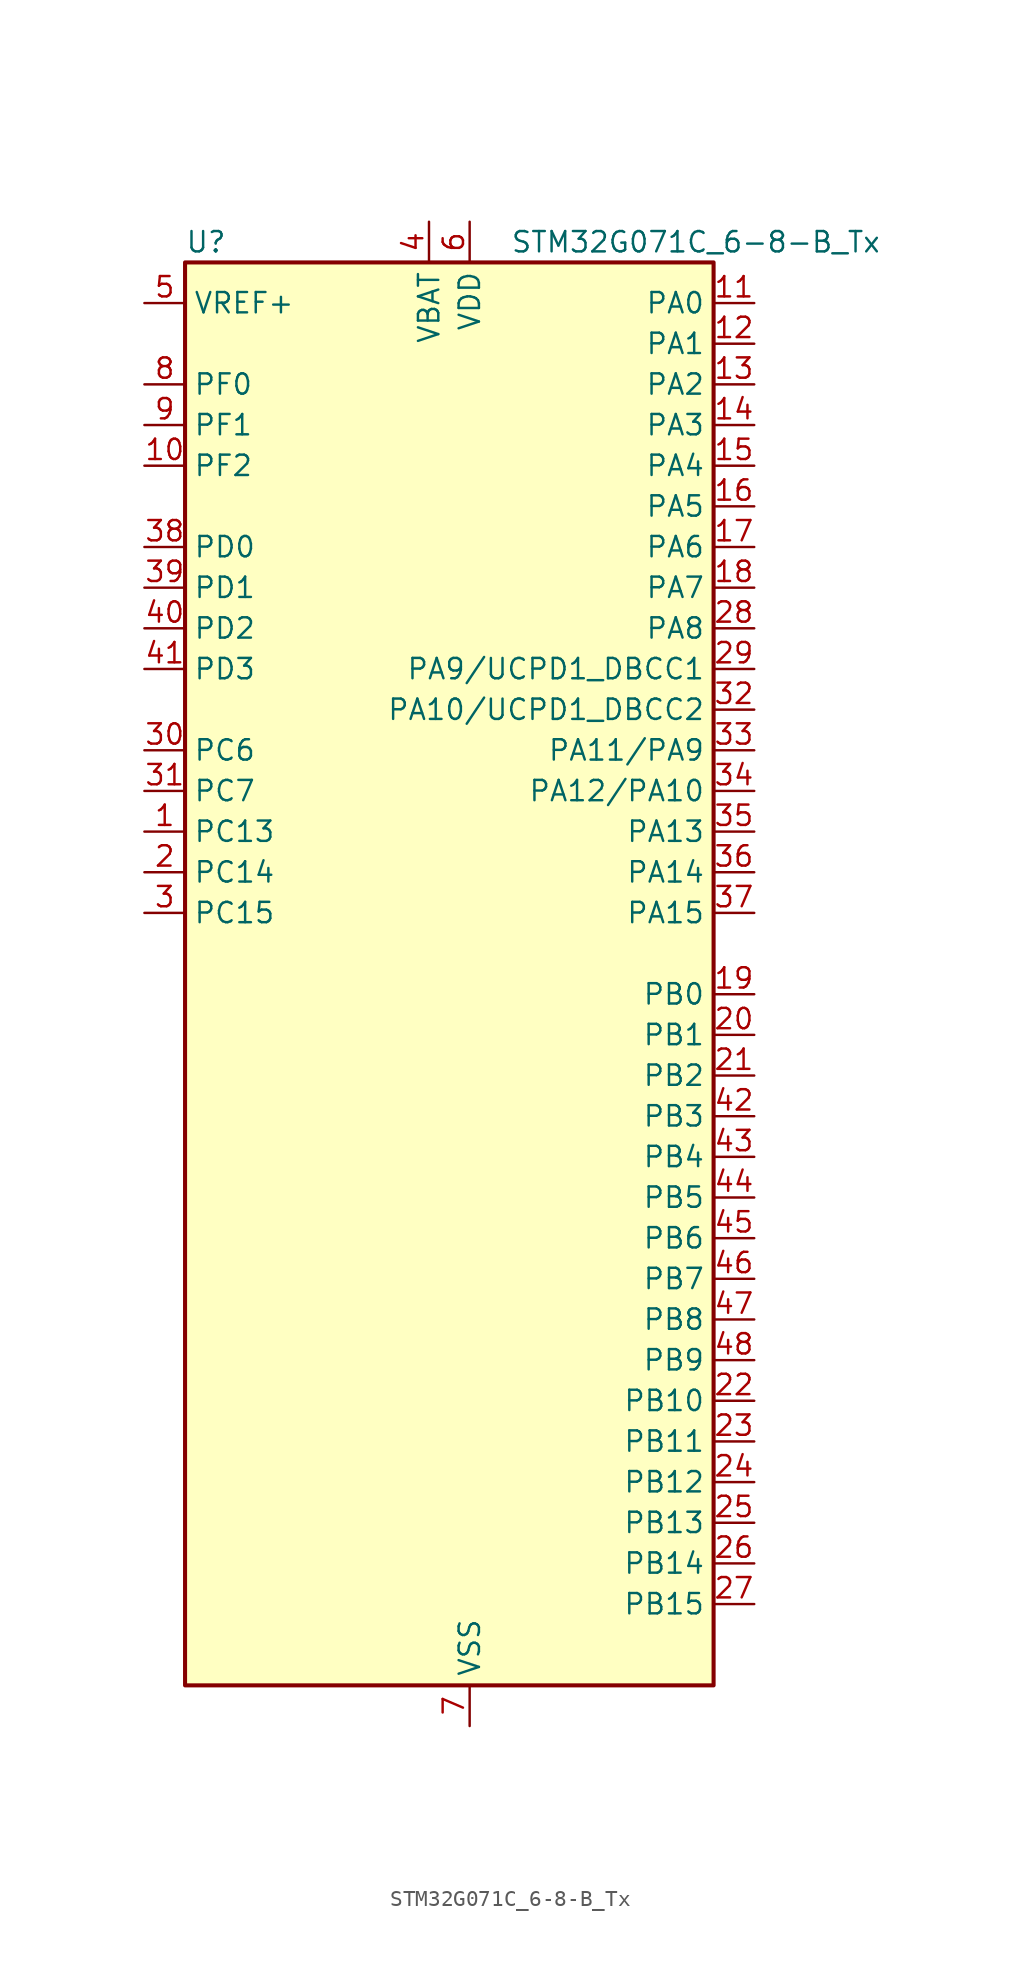
<source format=kicad_sym>
(kicad_symbol_lib
  (version 20211014)
  (generator kicad-library-utils)
  (symbol "STM32G071C_6-8-B_Tx"
    (property "Reference" "U"
      (at -15.24 46.99 0)
      (effects (font (size 1.27 1.27)) (justify left)))
    (property "Value" "STM32G071C_6-8-B_Tx"
      (at 5.08 46.99 0)
      (effects (font (size 1.27 1.27)) (justify left)))
    (property "ki_fp_filters" "LQFP*7x7mm*P0.5mm*"
      (at 0.0 0.0 0.0)
      (effects (font (size 1.27 1.27))))
    (symbol "STM32G071C_6-8-B_Tx_0_1"
      (rectangle (start -15.24 -43.18) (end 17.78 45.72) (stroke (width 0.254)) (fill (type background))))
    (symbol "STM32G071C_6-8-B_Tx_1_1"
      (pin input line (at -17.78 43.18 0) (length 2.54) (name "VREF+" (effects (font (size 1.27 1.27)))) (number "5" (effects (font (size 1.27 1.27)))) (alternate "VREFBUF_OUT" bidirectional line))
      (pin bidirectional line (at -17.78 38.1 0) (length 2.54) (name "PF0" (effects (font (size 1.27 1.27)))) (number "8" (effects (font (size 1.27 1.27)))) (alternate "RCC_OSC_IN" bidirectional line) (alternate "TIM14_CH1" bidirectional line))
      (pin bidirectional line (at -17.78 35.56 0) (length 2.54) (name "PF1" (effects (font (size 1.27 1.27)))) (number "9" (effects (font (size 1.27 1.27)))) (alternate "RCC_OSC_EN" bidirectional line) (alternate "RCC_OSC_OUT" bidirectional line) (alternate "TIM15_CH1N" bidirectional line))
      (pin bidirectional line (at -17.78 33.02 0) (length 2.54) (name "PF2" (effects (font (size 1.27 1.27)))) (number "10" (effects (font (size 1.27 1.27)))) (alternate "RCC_MCO" bidirectional line))
      (pin bidirectional line (at -17.78 27.94 0) (length 2.54) (name "PD0" (effects (font (size 1.27 1.27)))) (number "38" (effects (font (size 1.27 1.27)))) (alternate "SPI2_NSS" bidirectional line) (alternate "TIM16_CH1" bidirectional line) (alternate "UCPD2_CC1" bidirectional line))
      (pin bidirectional line (at -17.78 25.4 0) (length 2.54) (name "PD1" (effects (font (size 1.27 1.27)))) (number "39" (effects (font (size 1.27 1.27)))) (alternate "SPI2_SCK" bidirectional line) (alternate "TIM17_CH1" bidirectional line) (alternate "UCPD2_DBCC1" bidirectional line))
      (pin bidirectional line (at -17.78 22.86 0) (length 2.54) (name "PD2" (effects (font (size 1.27 1.27)))) (number "40" (effects (font (size 1.27 1.27)))) (alternate "TIM1_CH1N" bidirectional line) (alternate "TIM3_ETR" bidirectional line) (alternate "UCPD2_CC2" bidirectional line) (alternate "USART3_CK" bidirectional line) (alternate "USART3_DE" bidirectional line) (alternate "USART3_RTS" bidirectional line))
      (pin bidirectional line (at -17.78 20.32 0) (length 2.54) (name "PD3" (effects (font (size 1.27 1.27)))) (number "41" (effects (font (size 1.27 1.27)))) (alternate "SPI2_MISO" bidirectional line) (alternate "TIM1_CH2N" bidirectional line) (alternate "UCPD2_DBCC2" bidirectional line) (alternate "USART2_CTS" bidirectional line) (alternate "USART2_NSS" bidirectional line))
      (pin bidirectional line (at -17.78 15.24 0) (length 2.54) (name "PC6" (effects (font (size 1.27 1.27)))) (number "30" (effects (font (size 1.27 1.27)))) (alternate "TIM2_CH3" bidirectional line) (alternate "TIM3_CH1" bidirectional line) (alternate "UCPD1_FRSTX1" bidirectional line) (alternate "UCPD1_FRSTX2" bidirectional line))
      (pin bidirectional line (at -17.78 12.7 0) (length 2.54) (name "PC7" (effects (font (size 1.27 1.27)))) (number "31" (effects (font (size 1.27 1.27)))) (alternate "TIM2_CH4" bidirectional line) (alternate "TIM3_CH2" bidirectional line) (alternate "UCPD2_FRSTX1" bidirectional line) (alternate "UCPD2_FRSTX2" bidirectional line))
      (pin bidirectional line (at -17.78 10.16 0) (length 2.54) (name "PC13" (effects (font (size 1.27 1.27)))) (number "1" (effects (font (size 1.27 1.27)))) (alternate "RTC_OUT_ALARM" bidirectional line) (alternate "RTC_OUT_CALIB" bidirectional line) (alternate "RTC_TAMP_IN1" bidirectional line) (alternate "RTC_TS" bidirectional line) (alternate "SYS_WKUP2" bidirectional line) (alternate "TIM1_BK" bidirectional line))
      (pin bidirectional line (at -17.78 7.62 0) (length 2.54) (name "PC14" (effects (font (size 1.27 1.27)))) (number "2" (effects (font (size 1.27 1.27)))) (alternate "RCC_OSC32_IN" bidirectional line) (alternate "TIM1_BK2" bidirectional line))
      (pin bidirectional line (at -17.78 5.08 0) (length 2.54) (name "PC15" (effects (font (size 1.27 1.27)))) (number "3" (effects (font (size 1.27 1.27)))) (alternate "RCC_OSC32_EN" bidirectional line) (alternate "RCC_OSC32_OUT" bidirectional line) (alternate "RCC_OSC_EN" bidirectional line) (alternate "TIM15_BK" bidirectional line))
      (pin bidirectional line (at 20.32 43.18 180) (length 2.54) (name "PA0" (effects (font (size 1.27 1.27)))) (number "11" (effects (font (size 1.27 1.27)))) (alternate "ADC1_IN0" bidirectional line) (alternate "COMP1_INM" bidirectional line) (alternate "COMP1_OUT" bidirectional line) (alternate "LPTIM1_OUT" bidirectional line) (alternate "RTC_TAMP_IN2" bidirectional line) (alternate "SPI2_SCK" bidirectional line) (alternate "SYS_WKUP1" bidirectional line) (alternate "TIM2_CH1" bidirectional line) (alternate "TIM2_ETR" bidirectional line) (alternate "UCPD2_FRSTX1" bidirectional line) (alternate "UCPD2_FRSTX2" bidirectional line) (alternate "USART2_CTS" bidirectional line) (alternate "USART2_NSS" bidirectional line) (alternate "USART4_TX" bidirectional line))
      (pin bidirectional line (at 20.32 40.64 180) (length 2.54) (name "PA1" (effects (font (size 1.27 1.27)))) (number "12" (effects (font (size 1.27 1.27)))) (alternate "ADC1_IN1" bidirectional line) (alternate "COMP1_INP" bidirectional line) (alternate "I2C1_SMBA" bidirectional line) (alternate "I2S1_CK" bidirectional line) (alternate "SPI1_SCK" bidirectional line) (alternate "TIM15_CH1N" bidirectional line) (alternate "TIM2_CH2" bidirectional line) (alternate "USART2_CK" bidirectional line) (alternate "USART2_DE" bidirectional line) (alternate "USART2_RTS" bidirectional line) (alternate "USART4_RX" bidirectional line))
      (pin bidirectional line (at 20.32 38.1 180) (length 2.54) (name "PA2" (effects (font (size 1.27 1.27)))) (number "13" (effects (font (size 1.27 1.27)))) (alternate "ADC1_IN2" bidirectional line) (alternate "COMP2_INM" bidirectional line) (alternate "COMP2_OUT" bidirectional line) (alternate "I2S1_SD" bidirectional line) (alternate "LPUART1_TX" bidirectional line) (alternate "RCC_LSCO" bidirectional line) (alternate "SPI1_MOSI" bidirectional line) (alternate "SYS_WKUP4" bidirectional line) (alternate "TIM15_CH1" bidirectional line) (alternate "TIM2_CH3" bidirectional line) (alternate "UCPD1_FRSTX1" bidirectional line) (alternate "UCPD1_FRSTX2" bidirectional line) (alternate "USART2_TX" bidirectional line))
      (pin bidirectional line (at 20.32 35.56 180) (length 2.54) (name "PA3" (effects (font (size 1.27 1.27)))) (number "14" (effects (font (size 1.27 1.27)))) (alternate "ADC1_IN3" bidirectional line) (alternate "COMP2_INP" bidirectional line) (alternate "LPUART1_RX" bidirectional line) (alternate "SPI2_MISO" bidirectional line) (alternate "TIM15_CH2" bidirectional line) (alternate "TIM2_CH4" bidirectional line) (alternate "UCPD2_FRSTX1" bidirectional line) (alternate "UCPD2_FRSTX2" bidirectional line) (alternate "USART2_RX" bidirectional line))
      (pin bidirectional line (at 20.32 33.02 180) (length 2.54) (name "PA4" (effects (font (size 1.27 1.27)))) (number "15" (effects (font (size 1.27 1.27)))) (alternate "ADC1_IN4" bidirectional line) (alternate "DAC1_OUT1" bidirectional line) (alternate "I2S1_WS" bidirectional line) (alternate "LPTIM2_OUT" bidirectional line) (alternate "RTC_OUT_ALARM" bidirectional line) (alternate "RTC_OUT_CALIB" bidirectional line) (alternate "SPI1_NSS" bidirectional line) (alternate "SPI2_MOSI" bidirectional line) (alternate "TIM14_CH1" bidirectional line) (alternate "UCPD2_FRSTX1" bidirectional line) (alternate "UCPD2_FRSTX2" bidirectional line))
      (pin bidirectional line (at 20.32 30.48 180) (length 2.54) (name "PA5" (effects (font (size 1.27 1.27)))) (number "16" (effects (font (size 1.27 1.27)))) (alternate "ADC1_IN5" bidirectional line) (alternate "CEC" bidirectional line) (alternate "DAC1_OUT2" bidirectional line) (alternate "I2S1_CK" bidirectional line) (alternate "LPTIM2_ETR" bidirectional line) (alternate "SPI1_SCK" bidirectional line) (alternate "TIM2_CH1" bidirectional line) (alternate "TIM2_ETR" bidirectional line) (alternate "UCPD1_FRSTX1" bidirectional line) (alternate "UCPD1_FRSTX2" bidirectional line) (alternate "USART3_TX" bidirectional line))
      (pin bidirectional line (at 20.32 27.94 180) (length 2.54) (name "PA6" (effects (font (size 1.27 1.27)))) (number "17" (effects (font (size 1.27 1.27)))) (alternate "ADC1_IN6" bidirectional line) (alternate "COMP1_OUT" bidirectional line) (alternate "I2S1_MCK" bidirectional line) (alternate "LPUART1_CTS" bidirectional line) (alternate "SPI1_MISO" bidirectional line) (alternate "TIM16_CH1" bidirectional line) (alternate "TIM1_BK" bidirectional line) (alternate "TIM3_CH1" bidirectional line) (alternate "USART3_CTS" bidirectional line) (alternate "USART3_NSS" bidirectional line))
      (pin bidirectional line (at 20.32 25.4 180) (length 2.54) (name "PA7" (effects (font (size 1.27 1.27)))) (number "18" (effects (font (size 1.27 1.27)))) (alternate "ADC1_IN7" bidirectional line) (alternate "COMP2_OUT" bidirectional line) (alternate "I2S1_SD" bidirectional line) (alternate "SPI1_MOSI" bidirectional line) (alternate "TIM14_CH1" bidirectional line) (alternate "TIM17_CH1" bidirectional line) (alternate "TIM1_CH1N" bidirectional line) (alternate "TIM3_CH2" bidirectional line) (alternate "UCPD1_FRSTX1" bidirectional line) (alternate "UCPD1_FRSTX2" bidirectional line))
      (pin bidirectional line (at 20.32 22.86 180) (length 2.54) (name "PA8" (effects (font (size 1.27 1.27)))) (number "28" (effects (font (size 1.27 1.27)))) (alternate "LPTIM2_OUT" bidirectional line) (alternate "RCC_MCO" bidirectional line) (alternate "SPI2_NSS" bidirectional line) (alternate "TIM1_CH1" bidirectional line) (alternate "UCPD1_CC1" bidirectional line))
      (pin bidirectional line (at 20.32 20.32 180) (length 2.54) (name "PA9/UCPD1_DBCC1" (effects (font (size 1.27 1.27)))) (number "29" (effects (font (size 1.27 1.27)))) (alternate "DAC1_EXTI9" bidirectional line) (alternate "I2C1_SCL" bidirectional line) (alternate "RCC_MCO" bidirectional line) (alternate "SPI2_MISO" bidirectional line) (alternate "TIM15_BK" bidirectional line) (alternate "TIM1_CH2" bidirectional line) (alternate "UCPD1_DBCC1" bidirectional line) (alternate "USART1_TX" bidirectional line))
      (pin bidirectional line (at 20.32 17.78 180) (length 2.54) (name "PA10/UCPD1_DBCC2" (effects (font (size 1.27 1.27)))) (number "32" (effects (font (size 1.27 1.27)))) (alternate "I2C1_SDA" bidirectional line) (alternate "SPI2_MOSI" bidirectional line) (alternate "TIM17_BK" bidirectional line) (alternate "TIM1_CH3" bidirectional line) (alternate "UCPD1_DBCC2" bidirectional line) (alternate "USART1_RX" bidirectional line))
      (pin bidirectional line (at 20.32 15.24 180) (length 2.54) (name "PA11/PA9" (effects (font (size 1.27 1.27)))) (number "33" (effects (font (size 1.27 1.27)))) (alternate "ADC1_EXTI11" bidirectional line) (alternate "COMP1_OUT" bidirectional line) (alternate "I2C2_SCL" bidirectional line) (alternate "I2S1_MCK" bidirectional line) (alternate "SPI1_MISO" bidirectional line) (alternate "TIM1_BK2" bidirectional line) (alternate "TIM1_CH4" bidirectional line) (alternate "USART1_CTS" bidirectional line) (alternate "USART1_NSS" bidirectional line))
      (pin bidirectional line (at 20.32 12.7 180) (length 2.54) (name "PA12/PA10" (effects (font (size 1.27 1.27)))) (number "34" (effects (font (size 1.27 1.27)))) (alternate "COMP2_OUT" bidirectional line) (alternate "I2C2_SDA" bidirectional line) (alternate "I2S1_SD" bidirectional line) (alternate "I2S_CKIN" bidirectional line) (alternate "SPI1_MOSI" bidirectional line) (alternate "TIM1_ETR" bidirectional line) (alternate "USART1_CK" bidirectional line) (alternate "USART1_DE" bidirectional line) (alternate "USART1_RTS" bidirectional line))
      (pin bidirectional line (at 20.32 10.16 180) (length 2.54) (name "PA13" (effects (font (size 1.27 1.27)))) (number "35" (effects (font (size 1.27 1.27)))) (alternate "IR_OUT" bidirectional line) (alternate "SYS_SWDIO" bidirectional line))
      (pin bidirectional line (at 20.32 7.62 180) (length 2.54) (name "PA14" (effects (font (size 1.27 1.27)))) (number "36" (effects (font (size 1.27 1.27)))) (alternate "SYS_SWCLK" bidirectional line) (alternate "USART2_TX" bidirectional line))
      (pin bidirectional line (at 20.32 5.08 180) (length 2.54) (name "PA15" (effects (font (size 1.27 1.27)))) (number "37" (effects (font (size 1.27 1.27)))) (alternate "I2S1_WS" bidirectional line) (alternate "SPI1_NSS" bidirectional line) (alternate "TIM2_CH1" bidirectional line) (alternate "TIM2_ETR" bidirectional line) (alternate "USART2_RX" bidirectional line) (alternate "USART3_CK" bidirectional line) (alternate "USART3_DE" bidirectional line) (alternate "USART3_RTS" bidirectional line) (alternate "USART4_CK" bidirectional line) (alternate "USART4_DE" bidirectional line) (alternate "USART4_RTS" bidirectional line))
      (pin bidirectional line (at 20.32 0.0 180) (length 2.54) (name "PB0" (effects (font (size 1.27 1.27)))) (number "19" (effects (font (size 1.27 1.27)))) (alternate "ADC1_IN8" bidirectional line) (alternate "COMP1_OUT" bidirectional line) (alternate "I2S1_WS" bidirectional line) (alternate "LPTIM1_OUT" bidirectional line) (alternate "SPI1_NSS" bidirectional line) (alternate "TIM1_CH2N" bidirectional line) (alternate "TIM3_CH3" bidirectional line) (alternate "UCPD1_FRSTX1" bidirectional line) (alternate "UCPD1_FRSTX2" bidirectional line) (alternate "USART3_RX" bidirectional line))
      (pin bidirectional line (at 20.32 -2.54 180) (length 2.54) (name "PB1" (effects (font (size 1.27 1.27)))) (number "20" (effects (font (size 1.27 1.27)))) (alternate "ADC1_IN9" bidirectional line) (alternate "COMP1_INM" bidirectional line) (alternate "LPTIM2_IN1" bidirectional line) (alternate "LPUART1_DE" bidirectional line) (alternate "LPUART1_RTS" bidirectional line) (alternate "TIM14_CH1" bidirectional line) (alternate "TIM1_CH3N" bidirectional line) (alternate "TIM3_CH4" bidirectional line) (alternate "USART3_CK" bidirectional line) (alternate "USART3_DE" bidirectional line) (alternate "USART3_RTS" bidirectional line))
      (pin bidirectional line (at 20.32 -5.08 180) (length 2.54) (name "PB2" (effects (font (size 1.27 1.27)))) (number "21" (effects (font (size 1.27 1.27)))) (alternate "ADC1_IN10" bidirectional line) (alternate "COMP1_INP" bidirectional line) (alternate "LPTIM1_OUT" bidirectional line) (alternate "SPI2_MISO" bidirectional line) (alternate "USART3_TX" bidirectional line))
      (pin bidirectional line (at 20.32 -7.62 180) (length 2.54) (name "PB3" (effects (font (size 1.27 1.27)))) (number "42" (effects (font (size 1.27 1.27)))) (alternate "COMP2_INM" bidirectional line) (alternate "I2S1_CK" bidirectional line) (alternate "SPI1_SCK" bidirectional line) (alternate "TIM1_CH2" bidirectional line) (alternate "TIM2_CH2" bidirectional line) (alternate "USART1_CK" bidirectional line) (alternate "USART1_DE" bidirectional line) (alternate "USART1_RTS" bidirectional line))
      (pin bidirectional line (at 20.32 -10.16 180) (length 2.54) (name "PB4" (effects (font (size 1.27 1.27)))) (number "43" (effects (font (size 1.27 1.27)))) (alternate "COMP2_INP" bidirectional line) (alternate "I2S1_MCK" bidirectional line) (alternate "SPI1_MISO" bidirectional line) (alternate "TIM17_BK" bidirectional line) (alternate "TIM3_CH1" bidirectional line) (alternate "USART1_CTS" bidirectional line) (alternate "USART1_NSS" bidirectional line))
      (pin bidirectional line (at 20.32 -12.7 180) (length 2.54) (name "PB5" (effects (font (size 1.27 1.27)))) (number "44" (effects (font (size 1.27 1.27)))) (alternate "COMP2_OUT" bidirectional line) (alternate "I2C1_SMBA" bidirectional line) (alternate "I2S1_SD" bidirectional line) (alternate "LPTIM1_IN1" bidirectional line) (alternate "SPI1_MOSI" bidirectional line) (alternate "SYS_WKUP6" bidirectional line) (alternate "TIM16_BK" bidirectional line) (alternate "TIM3_CH2" bidirectional line))
      (pin bidirectional line (at 20.32 -15.24 180) (length 2.54) (name "PB6" (effects (font (size 1.27 1.27)))) (number "45" (effects (font (size 1.27 1.27)))) (alternate "COMP2_INP" bidirectional line) (alternate "I2C1_SCL" bidirectional line) (alternate "LPTIM1_ETR" bidirectional line) (alternate "SPI2_MISO" bidirectional line) (alternate "TIM16_CH1N" bidirectional line) (alternate "TIM1_CH3" bidirectional line) (alternate "USART1_TX" bidirectional line))
      (pin bidirectional line (at 20.32 -17.78 180) (length 2.54) (name "PB7" (effects (font (size 1.27 1.27)))) (number "46" (effects (font (size 1.27 1.27)))) (alternate "COMP2_INM" bidirectional line) (alternate "I2C1_SDA" bidirectional line) (alternate "LPTIM1_IN2" bidirectional line) (alternate "SPI2_MOSI" bidirectional line) (alternate "SYS_PVD_IN" bidirectional line) (alternate "TIM17_CH1N" bidirectional line) (alternate "USART1_RX" bidirectional line) (alternate "USART4_CTS" bidirectional line) (alternate "USART4_NSS" bidirectional line))
      (pin bidirectional line (at 20.32 -20.32 180) (length 2.54) (name "PB8" (effects (font (size 1.27 1.27)))) (number "47" (effects (font (size 1.27 1.27)))) (alternate "CEC" bidirectional line) (alternate "I2C1_SCL" bidirectional line) (alternate "SPI2_SCK" bidirectional line) (alternate "TIM15_BK" bidirectional line) (alternate "TIM16_CH1" bidirectional line) (alternate "USART3_TX" bidirectional line))
      (pin bidirectional line (at 20.32 -22.86 180) (length 2.54) (name "PB9" (effects (font (size 1.27 1.27)))) (number "48" (effects (font (size 1.27 1.27)))) (alternate "DAC1_EXTI9" bidirectional line) (alternate "I2C1_SDA" bidirectional line) (alternate "IR_OUT" bidirectional line) (alternate "SPI2_NSS" bidirectional line) (alternate "TIM17_CH1" bidirectional line) (alternate "UCPD2_FRSTX1" bidirectional line) (alternate "UCPD2_FRSTX2" bidirectional line) (alternate "USART3_RX" bidirectional line))
      (pin bidirectional line (at 20.32 -25.4 180) (length 2.54) (name "PB10" (effects (font (size 1.27 1.27)))) (number "22" (effects (font (size 1.27 1.27)))) (alternate "ADC1_IN11" bidirectional line) (alternate "CEC" bidirectional line) (alternate "COMP1_OUT" bidirectional line) (alternate "I2C2_SCL" bidirectional line) (alternate "LPUART1_RX" bidirectional line) (alternate "SPI2_SCK" bidirectional line) (alternate "TIM2_CH3" bidirectional line) (alternate "USART3_TX" bidirectional line))
      (pin bidirectional line (at 20.32 -27.94 180) (length 2.54) (name "PB11" (effects (font (size 1.27 1.27)))) (number "23" (effects (font (size 1.27 1.27)))) (alternate "ADC1_EXTI11" bidirectional line) (alternate "ADC1_IN15" bidirectional line) (alternate "COMP2_OUT" bidirectional line) (alternate "I2C2_SDA" bidirectional line) (alternate "LPUART1_TX" bidirectional line) (alternate "SPI2_MOSI" bidirectional line) (alternate "TIM2_CH4" bidirectional line) (alternate "USART3_RX" bidirectional line))
      (pin bidirectional line (at 20.32 -30.48 180) (length 2.54) (name "PB12" (effects (font (size 1.27 1.27)))) (number "24" (effects (font (size 1.27 1.27)))) (alternate "ADC1_IN16" bidirectional line) (alternate "LPUART1_DE" bidirectional line) (alternate "LPUART1_RTS" bidirectional line) (alternate "SPI2_NSS" bidirectional line) (alternate "TIM15_BK" bidirectional line) (alternate "TIM1_BK" bidirectional line) (alternate "UCPD2_FRSTX1" bidirectional line) (alternate "UCPD2_FRSTX2" bidirectional line))
      (pin bidirectional line (at 20.32 -33.02 180) (length 2.54) (name "PB13" (effects (font (size 1.27 1.27)))) (number "25" (effects (font (size 1.27 1.27)))) (alternate "I2C2_SCL" bidirectional line) (alternate "LPUART1_CTS" bidirectional line) (alternate "SPI2_SCK" bidirectional line) (alternate "TIM15_CH1N" bidirectional line) (alternate "TIM1_CH1N" bidirectional line) (alternate "USART3_CTS" bidirectional line) (alternate "USART3_NSS" bidirectional line))
      (pin bidirectional line (at 20.32 -35.56 180) (length 2.54) (name "PB14" (effects (font (size 1.27 1.27)))) (number "26" (effects (font (size 1.27 1.27)))) (alternate "I2C2_SDA" bidirectional line) (alternate "SPI2_MISO" bidirectional line) (alternate "TIM15_CH1" bidirectional line) (alternate "TIM1_CH2N" bidirectional line) (alternate "UCPD1_FRSTX1" bidirectional line) (alternate "UCPD1_FRSTX2" bidirectional line) (alternate "USART3_CK" bidirectional line) (alternate "USART3_DE" bidirectional line) (alternate "USART3_RTS" bidirectional line))
      (pin bidirectional line (at 20.32 -38.1 180) (length 2.54) (name "PB15" (effects (font (size 1.27 1.27)))) (number "27" (effects (font (size 1.27 1.27)))) (alternate "RTC_REFIN" bidirectional line) (alternate "SPI2_MOSI" bidirectional line) (alternate "TIM15_CH1N" bidirectional line) (alternate "TIM15_CH2" bidirectional line) (alternate "TIM1_CH3N" bidirectional line) (alternate "UCPD1_CC2" bidirectional line))
      (pin power_in line (at 0.0 48.26 270) (length 2.54) (name "VBAT" (effects (font (size 1.27 1.27)))) (number "4" (effects (font (size 1.27 1.27)))))
      (pin power_in line (at 2.54 48.26 270) (length 2.54) (name "VDD" (effects (font (size 1.27 1.27)))) (number "6" (effects (font (size 1.27 1.27)))))
      (pin power_in line (at 2.54 -45.72 90) (length 2.54) (name "VSS" (effects (font (size 1.27 1.27)))) (number "7" (effects (font (size 1.27 1.27))))))))
</source>
